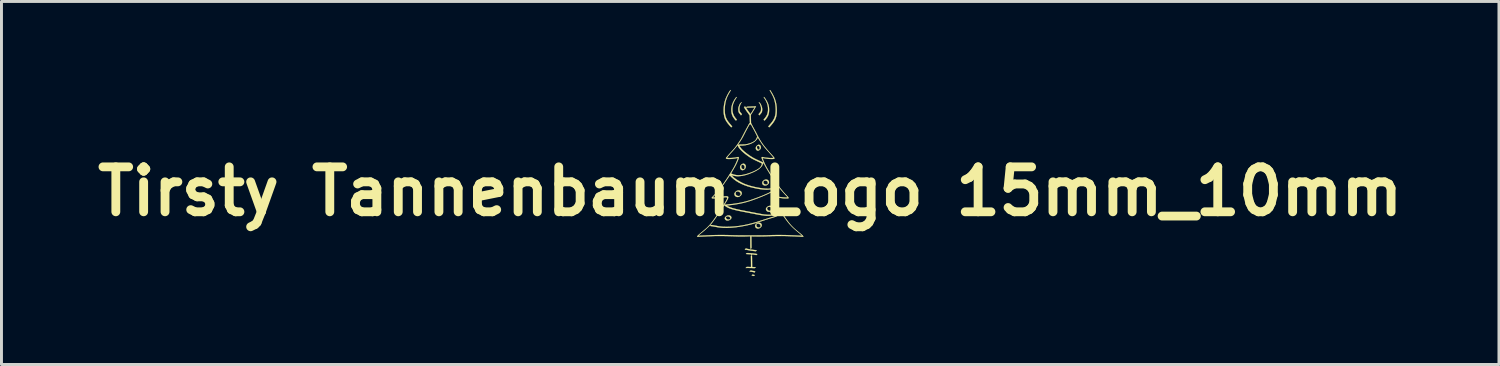
<source format=kicad_pcb>
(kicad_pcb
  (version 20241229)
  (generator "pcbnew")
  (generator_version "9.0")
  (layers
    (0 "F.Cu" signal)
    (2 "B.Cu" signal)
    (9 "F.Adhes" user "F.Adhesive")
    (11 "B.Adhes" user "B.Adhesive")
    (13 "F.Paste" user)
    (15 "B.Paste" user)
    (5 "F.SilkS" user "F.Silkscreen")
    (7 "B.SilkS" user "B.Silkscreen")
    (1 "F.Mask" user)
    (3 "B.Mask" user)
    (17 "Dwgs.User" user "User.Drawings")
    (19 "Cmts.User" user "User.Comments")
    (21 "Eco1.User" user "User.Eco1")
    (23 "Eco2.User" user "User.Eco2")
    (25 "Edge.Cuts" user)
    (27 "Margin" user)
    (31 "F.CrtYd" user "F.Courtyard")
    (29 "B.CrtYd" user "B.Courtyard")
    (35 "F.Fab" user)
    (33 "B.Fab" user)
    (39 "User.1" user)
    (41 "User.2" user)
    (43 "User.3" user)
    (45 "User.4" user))
  (footprint "Tirsty Tannenbaum Logo 15mm_10mm"
    (layer "F.Cu")
    (at 22.396 3.444)
    (property "Reference" "Tirsty Tannenbaum Logo 15mm_10mm" (at 0 0 0) (layer "F.SilkS") (effects (font (size 1.524 1.524) (thickness 0.3))))
    (attr through_hole)
    (fp_poly (pts (xy 0.1 2.824) (xy 0.111 2.827) (xy 0.129 2.83) (xy 0.144 2.834) (xy 0.151 2.837) (xy 0.151 2.837) (xy 0.151 2.842) (xy 0.143 2.85) (xy 0.133 2.857) (xy 0.122 2.863) (xy 0.114 2.865) (xy 0.103 2.863) (xy 0.087 2.86) (xy 0.079 2.858) (xy 0.062 2.853) (xy 0.054 2.847) (xy 0.054 2.84) (xy 0.062 2.831) (xy 0.069 2.825) (xy 0.075 2.822) (xy 0.085 2.822) (xy 0.1 2.824)) (stroke (width 0.01) (type solid)) (fill yes) (layer "F.SilkS"))
    (fp_poly (pts (xy 0.039 2.681) (xy 0.038 2.682) (xy 0.042 2.685) (xy 0.054 2.689) (xy 0.074 2.693) (xy 0.102 2.697) (xy 0.127 2.7) (xy 0.15 2.704) (xy 0.163 2.71) (xy 0.167 2.718) (xy 0.162 2.728) (xy 0.155 2.736) (xy 0.143 2.746) (xy 0.135 2.747) (xy 0.131 2.743) (xy 0.125 2.739) (xy 0.111 2.736) (xy 0.09 2.731) (xy 0.064 2.727) (xy 0.034 2.723) (xy 0.007 2.72) (xy -0.012 2.717) (xy -0.021 2.713) (xy -0.02 2.707) (xy -0.011 2.698) (xy -0.006 2.694) (xy 0.004 2.688) (xy 0.017 2.683) (xy 0.028 2.68) (xy 0.037 2.679) (xy 0.039 2.681)) (stroke (width 0.01) (type solid)) (fill yes) (layer "F.SilkS"))
    (fp_poly (pts (xy 0.057 2.168) (xy 0.058 2.174) (xy 0.059 2.188) (xy 0.059 2.211) (xy 0.06 2.241) (xy 0.061 2.276) (xy 0.061 2.316) (xy 0.062 2.359) (xy 0.062 2.369) (xy 0.064 2.565) (xy 0.112 2.566) (xy 0.134 2.566) (xy 0.154 2.568) (xy 0.169 2.569) (xy 0.172 2.57) (xy 0.185 2.573) (xy 0.17 2.587) (xy 0.153 2.598) (xy 0.14 2.6) (xy 0.13 2.6) (xy 0.112 2.599) (xy 0.087 2.598) (xy 0.059 2.597) (xy 0.028 2.596) (xy -0.006 2.595) (xy -0.04 2.594) (xy -0.071 2.594) (xy -0.097 2.594) (xy -0.112 2.594) (xy -0.155 2.597) (xy -0.116 2.559) (xy -0.044 2.561) (xy 0.028 2.563) (xy 0.026 2.374) (xy 0.024 2.186) (xy 0.04 2.175) (xy 0.05 2.169) (xy 0.057 2.167) (xy 0.057 2.168)) (stroke (width 0.01) (type solid)) (fill yes) (layer "F.SilkS"))
    (fp_poly (pts (xy -0.129 1.936) (xy -0.129 1.939) (xy -0.128 1.944) (xy -0.119 1.946) (xy -0.114 1.946) (xy -0.102 1.947) (xy -0.083 1.95) (xy -0.059 1.954) (xy -0.039 1.958) (xy 0.000353 1.966) (xy 0.038 1.973) (xy 0.077 1.978) (xy 0.12 1.984) (xy 0.147 1.987) (xy 0.176 1.99) (xy 0.196 1.992) (xy 0.208 1.995) (xy 0.214 1.998) (xy 0.214 2.001) (xy 0.21 2.007) (xy 0.205 2.012) (xy 0.195 2.021) (xy 0.187 2.026) (xy 0.186 2.026) (xy 0.179 2.026) (xy 0.164 2.024) (xy 0.143 2.021) (xy 0.117 2.018) (xy 0.101 2.017) (xy 0.065 2.012) (xy 0.036 2.009) (xy 0.01 2.005) (xy -0.016 2) (xy -0.044 1.994) (xy -0.079 1.987) (xy -0.081 1.987) (xy -0.105 1.982) (xy -0.129 1.978) (xy -0.148 1.976) (xy -0.153 1.976) (xy -0.172 1.975) (xy -0.18 1.97) (xy -0.179 1.962) (xy -0.168 1.951) (xy -0.168 1.95) (xy -0.155 1.941) (xy -0.143 1.935) (xy -0.133 1.933) (xy -0.129 1.936)) (stroke (width 0.01) (type solid)) (fill yes) (layer "F.SilkS"))
    (fp_poly (pts (xy -0.457 -3.203) (xy -0.46 -3.198) (xy -0.467 -3.187) (xy -0.477 -3.17) (xy -0.485 -3.158) (xy -0.521 -3.1) (xy -0.549 -3.046) (xy -0.571 -2.994) (xy -0.587 -2.943) (xy -0.598 -2.889) (xy -0.604 -2.843) (xy -0.607 -2.771) (xy -0.6 -2.703) (xy -0.584 -2.639) (xy -0.559 -2.578) (xy -0.524 -2.519) (xy -0.483 -2.467) (xy -0.471 -2.453) (xy -0.462 -2.441) (xy -0.457 -2.434) (xy -0.457 -2.434) (xy -0.461 -2.427) (xy -0.469 -2.419) (xy -0.479 -2.411) (xy -0.486 -2.408) (xy -0.491 -2.412) (xy -0.502 -2.422) (xy -0.515 -2.437) (xy -0.527 -2.451) (xy -0.563 -2.5) (xy -0.592 -2.546) (xy -0.613 -2.593) (xy -0.628 -2.643) (xy -0.637 -2.696) (xy -0.64 -2.719) (xy -0.641 -2.794) (xy -0.633 -2.869) (xy -0.615 -2.943) (xy -0.587 -3.016) (xy -0.582 -3.026) (xy -0.566 -3.057) (xy -0.548 -3.089) (xy -0.53 -3.12) (xy -0.511 -3.148) (xy -0.495 -3.171) (xy -0.481 -3.187) (xy -0.473 -3.194) (xy -0.463 -3.201) (xy -0.458 -3.204) (xy -0.457 -3.203)) (stroke (width 0.01) (type solid)) (fill yes) (layer "F.SilkS"))
    (fp_poly (pts (xy 0.574 -0.398) (xy 0.592 -0.389) (xy 0.614 -0.37) (xy 0.629 -0.346) (xy 0.636 -0.321) (xy 0.635 -0.295) (xy 0.625 -0.272) (xy 0.612 -0.256) (xy 0.593 -0.238) (xy 0.572 -0.221) (xy 0.556 -0.212) (xy 0.534 -0.204) (xy 0.508 -0.201) (xy 0.486 -0.203) (xy 0.485 -0.203) (xy 0.455 -0.215) (xy 0.431 -0.232) (xy 0.415 -0.255) (xy 0.408 -0.282) (xy 0.409 -0.308) (xy 0.415 -0.324) (xy 0.417 -0.326) (xy 0.443 -0.326) (xy 0.444 -0.304) (xy 0.452 -0.281) (xy 0.453 -0.277) (xy 0.47 -0.257) (xy 0.494 -0.243) (xy 0.521 -0.235) (xy 0.55 -0.234) (xy 0.573 -0.239) (xy 0.588 -0.249) (xy 0.597 -0.267) (xy 0.599 -0.29) (xy 0.595 -0.317) (xy 0.582 -0.339) (xy 0.562 -0.356) (xy 0.537 -0.367) (xy 0.507 -0.371) (xy 0.48 -0.369) (xy 0.462 -0.361) (xy 0.45 -0.346) (xy 0.443 -0.326) (xy 0.417 -0.326) (xy 0.429 -0.343) (xy 0.447 -0.363) (xy 0.468 -0.38) (xy 0.482 -0.39) (xy 0.511 -0.402) (xy 0.543 -0.404) (xy 0.574 -0.398)) (stroke (width 0.01) (type solid)) (fill yes) (layer "F.SilkS"))
    (fp_poly (pts (xy -0.212 -0.94) (xy -0.19 -0.927) (xy -0.18 -0.918) (xy -0.161 -0.892) (xy -0.151 -0.864) (xy -0.151 -0.834) (xy -0.158 -0.805) (xy -0.174 -0.776) (xy -0.199 -0.75) (xy -0.2 -0.75) (xy -0.226 -0.732) (xy -0.25 -0.723) (xy -0.273 -0.723) (xy -0.295 -0.731) (xy -0.316 -0.747) (xy -0.332 -0.77) (xy -0.341 -0.798) (xy -0.344 -0.826) (xy -0.343 -0.835) (xy -0.343 -0.837) (xy -0.307 -0.837) (xy -0.302 -0.809) (xy -0.288 -0.784) (xy -0.269 -0.766) (xy -0.257 -0.759) (xy -0.236 -0.753) (xy -0.22 -0.755) (xy -0.205 -0.764) (xy -0.197 -0.772) (xy -0.193 -0.781) (xy -0.19 -0.794) (xy -0.189 -0.811) (xy -0.188 -0.833) (xy -0.19 -0.849) (xy -0.196 -0.863) (xy -0.198 -0.868) (xy -0.214 -0.89) (xy -0.236 -0.904) (xy -0.261 -0.909) (xy -0.262 -0.909) (xy -0.279 -0.907) (xy -0.292 -0.899) (xy -0.3 -0.884) (xy -0.305 -0.866) (xy -0.307 -0.837) (xy -0.343 -0.837) (xy -0.333 -0.866) (xy -0.315 -0.894) (xy -0.289 -0.919) (xy -0.258 -0.937) (xy -0.235 -0.944) (xy -0.212 -0.94)) (stroke (width 0.01) (type solid)) (fill yes) (layer "F.SilkS"))
    (fp_poly (pts (xy 0.324 1.061) (xy 0.35 1.073) (xy 0.371 1.092) (xy 0.385 1.116) (xy 0.39 1.137) (xy 0.39 1.159) (xy 0.383 1.179) (xy 0.369 1.2) (xy 0.354 1.215) (xy 0.327 1.236) (xy 0.299 1.251) (xy 0.27 1.258) (xy 0.244 1.257) (xy 0.239 1.255) (xy 0.208 1.241) (xy 0.186 1.223) (xy 0.172 1.199) (xy 0.168 1.172) (xy 0.169 1.152) (xy 0.174 1.138) (xy 0.204 1.138) (xy 0.204 1.151) (xy 0.211 1.179) (xy 0.226 1.2) (xy 0.248 1.215) (xy 0.277 1.223) (xy 0.296 1.224) (xy 0.315 1.223) (xy 0.328 1.219) (xy 0.338 1.213) (xy 0.348 1.2) (xy 0.354 1.181) (xy 0.354 1.178) (xy 0.353 1.151) (xy 0.342 1.127) (xy 0.322 1.108) (xy 0.308 1.1) (xy 0.28 1.089) (xy 0.254 1.088) (xy 0.231 1.094) (xy 0.216 1.104) (xy 0.207 1.118) (xy 0.204 1.138) (xy 0.174 1.138) (xy 0.175 1.134) (xy 0.187 1.117) (xy 0.205 1.098) (xy 0.208 1.096) (xy 0.232 1.075) (xy 0.255 1.063) (xy 0.279 1.057) (xy 0.293 1.057) (xy 0.324 1.061)) (stroke (width 0.01) (type solid)) (fill yes) (layer "F.SilkS"))
    (fp_poly (pts (xy -0.361 -0.028) (xy -0.333 -0.016) (xy -0.312 0.002) (xy -0.308 0.006) (xy -0.292 0.034) (xy -0.287 0.062) (xy -0.291 0.089) (xy -0.306 0.117) (xy -0.321 0.135) (xy -0.351 0.161) (xy -0.383 0.179) (xy -0.415 0.188) (xy -0.448 0.187) (xy -0.472 0.18) (xy -0.499 0.163) (xy -0.519 0.141) (xy -0.532 0.115) (xy -0.536 0.086) (xy -0.533 0.067) (xy -0.499 0.067) (xy -0.494 0.095) (xy -0.481 0.118) (xy -0.461 0.137) (xy -0.435 0.15) (xy -0.406 0.156) (xy -0.389 0.156) (xy -0.366 0.152) (xy -0.349 0.145) (xy -0.346 0.143) (xy -0.333 0.128) (xy -0.325 0.107) (xy -0.323 0.083) (xy -0.326 0.069) (xy -0.337 0.045) (xy -0.356 0.024) (xy -0.38 0.008) (xy -0.4 0.001) (xy -0.433 -0.003) (xy -0.459 0.002) (xy -0.479 0.013) (xy -0.493 0.032) (xy -0.499 0.058) (xy -0.499 0.067) (xy -0.533 0.067) (xy -0.533 0.065) (xy -0.525 0.048) (xy -0.511 0.029) (xy -0.493 0.01) (xy -0.473 -0.008) (xy -0.453 -0.021) (xy -0.45 -0.023) (xy -0.421 -0.032) (xy -0.391 -0.033) (xy -0.361 -0.028)) (stroke (width 0.01) (type solid)) (fill yes) (layer "F.SilkS"))
    (fp_poly (pts (xy 0.464 -3.202) (xy 0.474 -3.194) (xy 0.487 -3.179) (xy 0.502 -3.159) (xy 0.519 -3.135) (xy 0.536 -3.108) (xy 0.554 -3.079) (xy 0.57 -3.05) (xy 0.584 -3.022) (xy 0.584 -3.022) (xy 0.604 -2.975) (xy 0.619 -2.933) (xy 0.629 -2.89) (xy 0.636 -2.844) (xy 0.639 -2.795) (xy 0.639 -2.731) (xy 0.634 -2.675) (xy 0.623 -2.623) (xy 0.605 -2.575) (xy 0.581 -2.527) (xy 0.548 -2.479) (xy 0.526 -2.45) (xy 0.511 -2.433) (xy 0.499 -2.419) (xy 0.489 -2.41) (xy 0.486 -2.408) (xy 0.478 -2.411) (xy 0.468 -2.418) (xy 0.459 -2.431) (xy 0.459 -2.441) (xy 0.466 -2.449) (xy 0.476 -2.46) (xy 0.49 -2.476) (xy 0.507 -2.497) (xy 0.523 -2.52) (xy 0.538 -2.541) (xy 0.55 -2.56) (xy 0.551 -2.563) (xy 0.575 -2.611) (xy 0.591 -2.662) (xy 0.601 -2.716) (xy 0.605 -2.777) (xy 0.605 -2.789) (xy 0.602 -2.857) (xy 0.592 -2.922) (xy 0.573 -2.986) (xy 0.547 -3.05) (xy 0.512 -3.115) (xy 0.484 -3.159) (xy 0.473 -3.177) (xy 0.464 -3.191) (xy 0.459 -3.201) (xy 0.458 -3.203) (xy 0.464 -3.202)) (stroke (width 0.01) (type solid)) (fill yes) (layer "F.SilkS"))
    (fp_poly (pts (xy -0.717 0.814) (xy -0.695 0.818) (xy -0.689 0.82) (xy -0.676 0.828) (xy -0.661 0.84) (xy -0.657 0.845) (xy -0.646 0.86) (xy -0.641 0.874) (xy -0.64 0.887) (xy -0.641 0.9) (xy -0.645 0.911) (xy -0.653 0.923) (xy -0.663 0.935) (xy -0.694 0.961) (xy -0.726 0.978) (xy -0.76 0.985) (xy -0.795 0.982) (xy -0.807 0.979) (xy -0.829 0.968) (xy -0.847 0.951) (xy -0.858 0.93) (xy -0.862 0.908) (xy -0.858 0.889) (xy -0.85 0.875) (xy -0.849 0.875) (xy -0.826 0.875) (xy -0.825 0.897) (xy -0.816 0.917) (xy -0.8 0.934) (xy -0.779 0.946) (xy -0.753 0.953) (xy -0.725 0.954) (xy -0.705 0.95) (xy -0.688 0.942) (xy -0.679 0.929) (xy -0.676 0.91) (xy -0.676 0.908) (xy -0.68 0.888) (xy -0.693 0.87) (xy -0.712 0.857) (xy -0.735 0.847) (xy -0.761 0.843) (xy -0.787 0.845) (xy -0.805 0.851) (xy -0.818 0.858) (xy -0.825 0.87) (xy -0.826 0.875) (xy -0.849 0.875) (xy -0.835 0.859) (xy -0.817 0.843) (xy -0.799 0.829) (xy -0.786 0.821) (xy -0.767 0.816) (xy -0.742 0.813) (xy -0.717 0.814)) (stroke (width 0.01) (type solid)) (fill yes) (layer "F.SilkS"))
    (fp_poly (pts (xy 0.31 -1.58) (xy 0.331 -1.568) (xy 0.347 -1.549) (xy 0.348 -1.547) (xy 0.357 -1.525) (xy 0.361 -1.5) (xy 0.36 -1.475) (xy 0.354 -1.454) (xy 0.353 -1.454) (xy 0.342 -1.438) (xy 0.325 -1.42) (xy 0.306 -1.403) (xy 0.287 -1.392) (xy 0.283 -1.39) (xy 0.27 -1.384) (xy 0.261 -1.383) (xy 0.252 -1.385) (xy 0.238 -1.39) (xy 0.236 -1.391) (xy 0.214 -1.406) (xy 0.199 -1.427) (xy 0.191 -1.452) (xy 0.19 -1.479) (xy 0.193 -1.493) (xy 0.225 -1.493) (xy 0.23 -1.468) (xy 0.24 -1.446) (xy 0.256 -1.429) (xy 0.275 -1.419) (xy 0.288 -1.417) (xy 0.305 -1.42) (xy 0.315 -1.425) (xy 0.319 -1.435) (xy 0.322 -1.45) (xy 0.324 -1.465) (xy 0.322 -1.495) (xy 0.313 -1.519) (xy 0.299 -1.537) (xy 0.279 -1.548) (xy 0.262 -1.55) (xy 0.248 -1.55) (xy 0.239 -1.546) (xy 0.234 -1.536) (xy 0.228 -1.519) (xy 0.228 -1.518) (xy 0.225 -1.493) (xy 0.193 -1.493) (xy 0.196 -1.507) (xy 0.21 -1.532) (xy 0.215 -1.538) (xy 0.231 -1.554) (xy 0.25 -1.568) (xy 0.269 -1.579) (xy 0.284 -1.585) (xy 0.289 -1.585) (xy 0.31 -1.58)) (stroke (width 0.01) (type solid)) (fill yes) (layer "F.SilkS"))
    (fp_poly (pts (xy -0.065 2.09) (xy -0.036 2.092) (xy -0.001 2.094) (xy 0.036 2.097) (xy 0.074 2.101) (xy 0.112 2.105) (xy 0.148 2.11) (xy 0.18 2.114) (xy 0.206 2.118) (xy 0.224 2.122) (xy 0.225 2.122) (xy 0.239 2.126) (xy 0.224 2.141) (xy 0.208 2.156) (xy 0.161 2.147) (xy 0.129 2.142) (xy 0.106 2.138) (xy 0.089 2.136) (xy 0.078 2.135) (xy 0.07 2.136) (xy 0.064 2.138) (xy 0.059 2.142) (xy 0.057 2.145) (xy 0.048 2.152) (xy 0.047 2.153) (xy 0.051 2.147) (xy 0.053 2.145) (xy 0.058 2.137) (xy 0.057 2.134) (xy 0.057 2.134) (xy 0.049 2.137) (xy 0.048 2.139) (xy 0.042 2.145) (xy 0.034 2.15) (xy 0.026 2.153) (xy 0.027 2.151) (xy 0.032 2.145) (xy 0.038 2.137) (xy 0.037 2.134) (xy 0.033 2.132) (xy 0.025 2.131) (xy 0.009 2.129) (xy -0.013 2.128) (xy -0.04 2.126) (xy -0.061 2.125) (xy -0.093 2.124) (xy -0.117 2.122) (xy -0.132 2.121) (xy -0.141 2.119) (xy -0.144 2.116) (xy -0.144 2.115) (xy -0.136 2.106) (xy -0.123 2.097) (xy -0.108 2.091) (xy -0.102 2.09) (xy -0.088 2.089) (xy -0.065 2.09)) (stroke (width 0.01) (type solid)) (fill yes) (layer "F.SilkS"))
    (fp_poly (pts (xy 0.294 -3.024) (xy 0.304 -3.017) (xy 0.317 -3.007) (xy 0.333 -2.991) (xy 0.346 -2.975) (xy 0.358 -2.955) (xy 0.369 -2.929) (xy 0.381 -2.897) (xy 0.384 -2.888) (xy 0.393 -2.862) (xy 0.399 -2.842) (xy 0.402 -2.824) (xy 0.403 -2.804) (xy 0.404 -2.781) (xy 0.403 -2.745) (xy 0.399 -2.715) (xy 0.391 -2.691) (xy 0.378 -2.668) (xy 0.359 -2.644) (xy 0.353 -2.637) (xy 0.339 -2.62) (xy 0.328 -2.606) (xy 0.321 -2.596) (xy 0.32 -2.593) (xy 0.318 -2.586) (xy 0.311 -2.589) (xy 0.299 -2.599) (xy 0.298 -2.6) (xy 0.289 -2.61) (xy 0.285 -2.619) (xy 0.284 -2.62) (xy 0.288 -2.626) (xy 0.296 -2.637) (xy 0.309 -2.652) (xy 0.317 -2.662) (xy 0.338 -2.686) (xy 0.352 -2.709) (xy 0.361 -2.732) (xy 0.366 -2.758) (xy 0.368 -2.791) (xy 0.368 -2.804) (xy 0.368 -2.829) (xy 0.366 -2.848) (xy 0.363 -2.866) (xy 0.358 -2.885) (xy 0.35 -2.91) (xy 0.348 -2.913) (xy 0.339 -2.941) (xy 0.331 -2.961) (xy 0.325 -2.976) (xy 0.32 -2.986) (xy 0.314 -2.995) (xy 0.306 -3.003) (xy 0.303 -3.006) (xy 0.293 -3.018) (xy 0.29 -3.024) (xy 0.294 -3.024)) (stroke (width 0.01) (type solid)) (fill yes) (layer "F.SilkS"))
    (fp_poly (pts (xy 0.705 0.49) (xy 0.725 0.496) (xy 0.751 0.511) (xy 0.771 0.53) (xy 0.783 0.553) (xy 0.787 0.578) (xy 0.783 0.602) (xy 0.78 0.609) (xy 0.77 0.623) (xy 0.754 0.641) (xy 0.734 0.658) (xy 0.715 0.672) (xy 0.7 0.681) (xy 0.677 0.688) (xy 0.65 0.69) (xy 0.622 0.689) (xy 0.599 0.685) (xy 0.594 0.683) (xy 0.568 0.667) (xy 0.549 0.646) (xy 0.537 0.622) (xy 0.533 0.595) (xy 0.538 0.575) (xy 0.569 0.575) (xy 0.574 0.601) (xy 0.587 0.623) (xy 0.606 0.641) (xy 0.631 0.653) (xy 0.661 0.66) (xy 0.692 0.659) (xy 0.712 0.655) (xy 0.732 0.646) (xy 0.744 0.631) (xy 0.75 0.61) (xy 0.75 0.606) (xy 0.751 0.588) (xy 0.746 0.573) (xy 0.741 0.564) (xy 0.725 0.547) (xy 0.702 0.533) (xy 0.677 0.522) (xy 0.652 0.518) (xy 0.651 0.518) (xy 0.618 0.521) (xy 0.594 0.53) (xy 0.578 0.545) (xy 0.57 0.565) (xy 0.569 0.575) (xy 0.538 0.575) (xy 0.538 0.572) (xy 0.547 0.557) (xy 0.562 0.541) (xy 0.581 0.524) (xy 0.601 0.509) (xy 0.617 0.5) (xy 0.644 0.491) (xy 0.675 0.488) (xy 0.705 0.49)) (stroke (width 0.01) (type solid)) (fill yes) (layer "F.SilkS"))
    (fp_poly (pts (xy -0.291 -3.021) (xy -0.299 -3.011) (xy -0.303 -3.006) (xy -0.311 -2.997) (xy -0.318 -2.989) (xy -0.323 -2.979) (xy -0.329 -2.967) (xy -0.336 -2.949) (xy -0.345 -2.924) (xy -0.349 -2.913) (xy -0.357 -2.888) (xy -0.363 -2.868) (xy -0.366 -2.85) (xy -0.368 -2.832) (xy -0.368 -2.808) (xy -0.368 -2.804) (xy -0.367 -2.769) (xy -0.363 -2.74) (xy -0.356 -2.716) (xy -0.343 -2.694) (xy -0.325 -2.67) (xy -0.317 -2.661) (xy -0.303 -2.645) (xy -0.292 -2.631) (xy -0.286 -2.621) (xy -0.284 -2.619) (xy -0.288 -2.612) (xy -0.296 -2.602) (xy -0.306 -2.593) (xy -0.314 -2.587) (xy -0.317 -2.586) (xy -0.32 -2.59) (xy -0.32 -2.593) (xy -0.323 -2.599) (xy -0.332 -2.611) (xy -0.344 -2.627) (xy -0.353 -2.636) (xy -0.373 -2.66) (xy -0.387 -2.682) (xy -0.396 -2.704) (xy -0.401 -2.73) (xy -0.403 -2.762) (xy -0.404 -2.781) (xy -0.403 -2.808) (xy -0.402 -2.829) (xy -0.399 -2.846) (xy -0.393 -2.865) (xy -0.388 -2.88) (xy -0.375 -2.914) (xy -0.365 -2.939) (xy -0.356 -2.959) (xy -0.347 -2.974) (xy -0.337 -2.987) (xy -0.325 -2.999) (xy -0.321 -3.003) (xy -0.306 -3.015) (xy -0.296 -3.023) (xy -0.29 -3.025) (xy -0.291 -3.021)) (stroke (width 0.01) (type solid)) (fill yes) (layer "F.SilkS"))
    (fp_poly (pts (xy -0.663 -3.438) (xy -0.664 -3.433) (xy -0.67 -3.42) (xy -0.679 -3.402) (xy -0.691 -3.38) (xy -0.703 -3.36) (xy -0.726 -3.318) (xy -0.745 -3.284) (xy -0.76 -3.254) (xy -0.773 -3.227) (xy -0.784 -3.202) (xy -0.794 -3.177) (xy -0.799 -3.164) (xy -0.827 -3.079) (xy -0.847 -2.992) (xy -0.859 -2.901) (xy -0.865 -2.803) (xy -0.865 -2.774) (xy -0.863 -2.7) (xy -0.857 -2.634) (xy -0.847 -2.574) (xy -0.83 -2.518) (xy -0.808 -2.465) (xy -0.779 -2.412) (xy -0.742 -2.359) (xy -0.697 -2.303) (xy -0.683 -2.287) (xy -0.665 -2.266) (xy -0.649 -2.246) (xy -0.635 -2.23) (xy -0.626 -2.22) (xy -0.625 -2.218) (xy -0.613 -2.203) (xy -0.627 -2.191) (xy -0.637 -2.183) (xy -0.644 -2.179) (xy -0.645 -2.179) (xy -0.65 -2.183) (xy -0.659 -2.193) (xy -0.673 -2.208) (xy -0.69 -2.226) (xy -0.694 -2.231) (xy -0.736 -2.28) (xy -0.77 -2.323) (xy -0.798 -2.362) (xy -0.821 -2.399) (xy -0.84 -2.434) (xy -0.856 -2.468) (xy -0.859 -2.475) (xy -0.879 -2.539) (xy -0.892 -2.608) (xy -0.9 -2.683) (xy -0.902 -2.762) (xy -0.898 -2.842) (xy -0.889 -2.923) (xy -0.874 -3.004) (xy -0.854 -3.082) (xy -0.829 -3.156) (xy -0.799 -3.222) (xy -0.777 -3.267) (xy -0.755 -3.308) (xy -0.734 -3.344) (xy -0.715 -3.376) (xy -0.698 -3.402) (xy -0.683 -3.422) (xy -0.672 -3.434) (xy -0.665 -3.439) (xy -0.663 -3.438)) (stroke (width 0.01) (type solid)) (fill yes) (layer "F.SilkS"))
    (fp_poly (pts (xy 0.668 -3.437) (xy 0.678 -3.429) (xy 0.69 -3.413) (xy 0.705 -3.391) (xy 0.722 -3.364) (xy 0.74 -3.334) (xy 0.759 -3.301) (xy 0.777 -3.266) (xy 0.795 -3.23) (xy 0.811 -3.195) (xy 0.826 -3.162) (xy 0.836 -3.137) (xy 0.863 -3.051) (xy 0.883 -2.962) (xy 0.895 -2.868) (xy 0.9 -2.768) (xy 0.9 -2.751) (xy 0.899 -2.681) (xy 0.894 -2.619) (xy 0.884 -2.562) (xy 0.87 -2.508) (xy 0.851 -2.457) (xy 0.825 -2.407) (xy 0.793 -2.355) (xy 0.754 -2.302) (xy 0.707 -2.245) (xy 0.696 -2.232) (xy 0.678 -2.213) (xy 0.664 -2.197) (xy 0.652 -2.185) (xy 0.646 -2.18) (xy 0.645 -2.179) (xy 0.639 -2.182) (xy 0.629 -2.189) (xy 0.628 -2.19) (xy 0.619 -2.198) (xy 0.615 -2.204) (xy 0.615 -2.204) (xy 0.618 -2.209) (xy 0.627 -2.22) (xy 0.64 -2.235) (xy 0.656 -2.254) (xy 0.663 -2.263) (xy 0.709 -2.317) (xy 0.747 -2.366) (xy 0.778 -2.412) (xy 0.803 -2.457) (xy 0.824 -2.501) (xy 0.839 -2.547) (xy 0.851 -2.596) (xy 0.859 -2.65) (xy 0.864 -2.695) (xy 0.867 -2.766) (xy 0.864 -2.842) (xy 0.857 -2.92) (xy 0.844 -2.998) (xy 0.828 -3.073) (xy 0.807 -3.143) (xy 0.795 -3.175) (xy 0.776 -3.219) (xy 0.751 -3.27) (xy 0.72 -3.329) (xy 0.69 -3.382) (xy 0.678 -3.403) (xy 0.669 -3.42) (xy 0.664 -3.433) (xy 0.663 -3.438) (xy 0.663 -3.438) (xy 0.668 -3.437)) (stroke (width 0.01) (type solid)) (fill yes) (layer "F.SilkS"))
    (fp_poly (pts (xy 0.188 -2.885) (xy 0.194 -2.884) (xy 0.196 -2.881) (xy 0.194 -2.878) (xy 0.193 -2.876) (xy 0.187 -2.867) (xy 0.183 -2.865) (xy 0.178 -2.861) (xy 0.178 -2.86) (xy 0.175 -2.854) (xy 0.168 -2.841) (xy 0.157 -2.823) (xy 0.143 -2.799) (xy 0.128 -2.773) (xy 0.111 -2.745) (xy 0.093 -2.717) (xy 0.076 -2.69) (xy 0.061 -2.665) (xy 0.047 -2.644) (xy 0.037 -2.628) (xy 0.031 -2.619) (xy 0.03 -2.618) (xy 0.026 -2.614) (xy 0.023 -2.61) (xy 0.021 -2.604) (xy 0.02 -2.597) (xy 0.019 -2.585) (xy 0.019 -2.568) (xy 0.019 -2.546) (xy 0.02 -2.517) (xy 0.021 -2.479) (xy 0.022 -2.451) (xy 0.026 -2.319) (xy 0.055 -2.263) (xy 0.067 -2.239) (xy 0.083 -2.209) (xy 0.101 -2.176) (xy 0.118 -2.144) (xy 0.127 -2.129) (xy 0.142 -2.101) (xy 0.16 -2.067) (xy 0.181 -2.029) (xy 0.202 -1.989) (xy 0.222 -1.949) (xy 0.234 -1.926) (xy 0.278 -1.842) (xy 0.322 -1.764) (xy 0.367 -1.69) (xy 0.415 -1.618) (xy 0.467 -1.548) (xy 0.524 -1.476) (xy 0.586 -1.402) (xy 0.65 -1.33) (xy 0.694 -1.282) (xy 0.731 -1.241) (xy 0.762 -1.206) (xy 0.786 -1.178) (xy 0.804 -1.156) (xy 0.816 -1.14) (xy 0.822 -1.13) (xy 0.823 -1.126) (xy 0.819 -1.118) (xy 0.809 -1.111) (xy 0.808 -1.11) (xy 0.793 -1.106) (xy 0.77 -1.103) (xy 0.74 -1.102) (xy 0.705 -1.102) (xy 0.666 -1.104) (xy 0.625 -1.106) (xy 0.584 -1.11) (xy 0.544 -1.116) (xy 0.507 -1.122) (xy 0.486 -1.126) (xy 0.46 -1.131) (xy 0.443 -1.134) (xy 0.432 -1.134) (xy 0.426 -1.131) (xy 0.423 -1.126) (xy 0.423 -1.124) (xy 0.424 -1.113) (xy 0.429 -1.095) (xy 0.438 -1.071) (xy 0.449 -1.041) (xy 0.463 -1.008) (xy 0.478 -0.972) (xy 0.495 -0.935) (xy 0.511 -0.902) (xy 0.532 -0.86) (xy 0.559 -0.811) (xy 0.59 -0.756) (xy 0.625 -0.697) (xy 0.663 -0.634) (xy 0.704 -0.569) (xy 0.746 -0.503) (xy 0.789 -0.437) (xy 0.83 -0.376) (xy 0.88 -0.303) (xy 0.926 -0.237) (xy 0.969 -0.178) (xy 1.009 -0.124) (xy 1.048 -0.074) (xy 1.087 -0.026) (xy 1.126 0.02) (xy 1.167 0.066) (xy 1.211 0.113) (xy 1.251 0.155) (xy 1.275 0.181) (xy 1.291 0.2) (xy 1.3 0.214) (xy 1.3 0.224) (xy 1.292 0.231) (xy 1.275 0.234) (xy 1.249 0.235) (xy 1.213 0.235) (xy 1.209 0.235) (xy 1.177 0.235) (xy 1.146 0.233) (xy 1.114 0.23) (xy 1.079 0.226) (xy 1.039 0.221) (xy 0.993 0.214) (xy 0.953 0.208) (xy 0.908 0.201) (xy 0.873 0.196) (xy 0.845 0.194) (xy 0.824 0.194) (xy 0.808 0.195) (xy 0.797 0.199) (xy 0.793 0.201) (xy 0.786 0.208) (xy 0.783 0.217) (xy 0.783 0.231) (xy 0.783 0.233) (xy 0.787 0.25) (xy 0.795 0.272) (xy 0.804 0.293) (xy 0.815 0.314) (xy 0.832 0.343) (xy 0.854 0.379) (xy 0.879 0.42) (xy 0.908 0.467) (xy 0.941 0.518) (xy 0.976 0.572) (xy 1.013 0.629) (xy 1.051 0.688) (xy 1.086 0.74) (xy 1.136 0.814) (xy 1.181 0.88) (xy 1.222 0.94) (xy 1.26 0.992) (xy 1.295 1.039) (xy 1.329 1.081) (xy 1.36 1.12) (xy 1.391 1.155) (xy 1.422 1.187) (xy 1.441 1.207) (xy 1.456 1.221) (xy 1.47 1.235) (xy 1.486 1.25) (xy 1.505 1.266) (xy 1.526 1.285) (xy 1.551 1.306) (xy 1.581 1.331) (xy 1.617 1.361) (xy 1.659 1.396) (xy 1.679 1.412) (xy 1.715 1.442) (xy 1.745 1.468) (xy 1.769 1.491) (xy 1.787 1.509) (xy 1.798 1.522) (xy 1.802 1.53) (xy 1.802 1.531) (xy 1.796 1.534) (xy 1.782 1.536) (xy 1.77 1.535) (xy 1.757 1.535) (xy 1.736 1.534) (xy 1.707 1.532) (xy 1.674 1.531) (xy 1.636 1.529) (xy 1.597 1.527) (xy 1.593 1.527) (xy 1.506 1.522) (xy 1.429 1.519) (xy 1.358 1.516) (xy 1.294 1.514) (xy 1.233 1.512) (xy 1.176 1.511) (xy 1.119 1.51) (xy 1.063 1.509) (xy 1.005 1.51) (xy 0.943 1.51) (xy 0.914 1.51) (xy 0.862 1.511) (xy 0.809 1.512) (xy 0.757 1.513) (xy 0.708 1.514) (xy 0.663 1.516) (xy 0.624 1.517) (xy 0.593 1.518) (xy 0.582 1.519) (xy 0.502 1.522) (xy 0.416 1.524) (xy 0.327 1.525) (xy 0.238 1.525) (xy 0.153 1.524) (xy 0.145 1.524) (xy 0.038 1.521) (xy 0.042 1.918) (xy 0.03 1.928) (xy 0.023 1.934) (xy 0.018 1.938) (xy 0.014 1.94) (xy 0.011 1.938) (xy 0.008 1.932) (xy 0.007 1.921) (xy 0.006 1.903) (xy 0.005 1.879) (xy 0.004 1.847) (xy 0.004 1.806) (xy 0.004 1.769) (xy 0.004 1.726) (xy 0.003 1.684) (xy 0.003 1.645) (xy 0.003 1.611) (xy 0.003 1.583) (xy 0.003 1.562) (xy 0.003 1.553) (xy 0.002 1.533) (xy 0.001 1.521) (xy -0.002 1.516) (xy -0.004 1.516) (xy -0.011 1.517) (xy -0.026 1.518) (xy -0.049 1.519) (xy -0.078 1.521) (xy -0.112 1.522) (xy -0.15 1.524) (xy -0.162 1.524) (xy -0.21 1.526) (xy -0.253 1.527) (xy -0.295 1.527) (xy -0.336 1.527) (xy -0.378 1.526) (xy -0.423 1.525) (xy -0.474 1.523) (xy -0.531 1.521) (xy -0.582 1.518) (xy -0.609 1.517) (xy -0.645 1.516) (xy -0.687 1.515) (xy -0.735 1.514) (xy -0.786 1.513) (xy -0.839 1.512) (xy -0.891 1.511) (xy -0.914 1.51) (xy -0.978 1.51) (xy -1.037 1.509) (xy -1.094 1.51) (xy -1.151 1.51) (xy -1.207 1.511) (xy -1.266 1.513) (xy -1.329 1.515) (xy -1.397 1.517) (xy -1.471 1.521) (xy -1.553 1.525) (xy -1.593 1.527) (xy -1.632 1.529) (xy -1.669 1.53) (xy -1.704 1.532) (xy -1.733 1.534) (xy -1.755 1.535) (xy -1.769 1.535) (xy -1.77 1.535) (xy -1.789 1.535) (xy -1.8 1.533) (xy -1.802 1.531) (xy -1.799 1.524) (xy -1.789 1.511) (xy -1.785 1.507) (xy -1.766 1.507) (xy -1.764 1.507) (xy -1.757 1.505) (xy -1.742 1.504) (xy -1.722 1.502) (xy -1.697 1.501) (xy -1.696 1.501) (xy -1.669 1.5) (xy -1.636 1.498) (xy -1.599 1.496) (xy -1.561 1.495) (xy -1.537 1.493) (xy -1.399 1.487) (xy -1.27 1.482) (xy -1.149 1.479) (xy -1.034 1.477) (xy -0.924 1.477) (xy -0.817 1.479) (xy -0.713 1.481) (xy -0.65 1.484) (xy -0.608 1.486) (xy -0.557 1.487) (xy -0.502 1.488) (xy -0.444 1.489) (xy -0.385 1.49) (xy -0.329 1.491) (xy -0.29 1.491) (xy -0.241 1.491) (xy -0.191 1.49) (xy -0.144 1.49) (xy -0.099 1.49) (xy -0.059 1.49) (xy -0.026 1.49) (xy -0.001 1.49) (xy 0 1.49) (xy 0.024 1.49) (xy 0.057 1.49) (xy 0.097 1.49) (xy 0.141 1.49) (xy 0.189 1.49) (xy 0.238 1.491) (xy 0.287 1.491) (xy 0.29 1.491) (xy 0.343 1.491) (xy 0.4 1.49) (xy 0.459 1.489) (xy 0.516 1.488) (xy 0.571 1.487) (xy 0.619 1.485) (xy 0.65 1.484) (xy 0.754 1.48) (xy 0.86 1.478) (xy 0.968 1.477) (xy 1.081 1.478) (xy 1.2 1.48) (xy 1.325 1.484) (xy 1.458 1.49) (xy 1.537 1.493) (xy 1.573 1.495) (xy 1.61 1.497) (xy 1.647 1.499) (xy 1.679 1.5) (xy 1.696 1.501) (xy 1.72 1.502) (xy 1.741 1.504) (xy 1.756 1.505) (xy 1.763 1.506) (xy 1.763 1.507) (xy 1.766 1.505) (xy 1.765 1.501) (xy 1.763 1.499) (xy 1.761 1.496) (xy 1.756 1.491) (xy 1.748 1.483) (xy 1.737 1.474) (xy 1.722 1.461) (xy 1.702 1.444) (xy 1.678 1.423) (xy 1.647 1.398) (xy 1.61 1.367) (xy 1.565 1.33) (xy 1.56 1.325) (xy 1.49 1.264) (xy 1.423 1.201) (xy 1.36 1.134) (xy 1.297 1.063) (xy 1.236 0.985) (xy 1.174 0.901) (xy 1.111 0.808) (xy 1.095 0.784) (xy 1.055 0.722) (xy 1.021 0.753) (xy 0.997 0.776) (xy 0.972 0.795) (xy 0.946 0.813) (xy 0.918 0.829) (xy 0.887 0.844) (xy 0.851 0.858) (xy 0.809 0.873) (xy 0.759 0.889) (xy 0.701 0.906) (xy 0.689 0.91) (xy 0.659 0.919) (xy 0.62 0.93) (xy 0.576 0.944) (xy 0.529 0.959) (xy 0.48 0.975) (xy 0.431 0.991) (xy 0.394 1.003) (xy 0.316 1.029) (xy 0.247 1.051) (xy 0.184 1.071) (xy 0.125 1.089) (xy 0.069 1.104) (xy 0.015 1.119) (xy -0.04 1.132) (xy -0.097 1.145) (xy -0.157 1.158) (xy -0.206 1.168) (xy -0.358 1.195) (xy -0.505 1.215) (xy -0.646 1.228) (xy -0.781 1.234) (xy -0.879 1.233) (xy -0.933 1.231) (xy -0.983 1.227) (xy -1.031 1.222) (xy -1.081 1.216) (xy -1.135 1.206) (xy -1.177 1.199) (xy -1.209 1.193) (xy -1.243 1.187) (xy -1.275 1.181) (xy -1.301 1.177) (xy -1.307 1.176) (xy -1.329 1.173) (xy -1.346 1.17) (xy -1.357 1.168) (xy -1.36 1.167) (xy -1.358 1.163) (xy -1.35 1.154) (xy -1.345 1.151) (xy -1.339 1.146) (xy -1.332 1.142) (xy -1.324 1.14) (xy -1.312 1.14) (xy -1.297 1.141) (xy -1.275 1.144) (xy -1.247 1.149) (xy -1.21 1.155) (xy -1.204 1.157) (xy -1.147 1.167) (xy -1.098 1.176) (xy -1.056 1.183) (xy -1.019 1.188) (xy -0.986 1.193) (xy -0.954 1.196) (xy -0.924 1.198) (xy -0.892 1.199) (xy -0.858 1.2) (xy -0.819 1.201) (xy -0.787 1.201) (xy -0.651 1.197) (xy -0.513 1.187) (xy -0.373 1.17) (xy -0.23 1.147) (xy -0.082 1.116) (xy 0.069 1.078) (xy 0.227 1.034) (xy 0.378 0.985) (xy 0.428 0.968) (xy 0.482 0.951) (xy 0.536 0.934) (xy 0.589 0.917) (xy 0.639 0.901) (xy 0.683 0.888) (xy 0.715 0.878) (xy 0.779 0.859) (xy 0.833 0.842) (xy 0.879 0.826) (xy 0.917 0.81) (xy 0.948 0.795) (xy 0.974 0.781) (xy 0.994 0.766) (xy 1.006 0.754) (xy 1.013 0.745) (xy 1.014 0.742) (xy 1.009 0.744) (xy 1.001 0.746) (xy 0.985 0.751) (xy 0.963 0.758) (xy 0.939 0.765) (xy 0.933 0.767) (xy 0.88 0.782) (xy 0.832 0.795) (xy 0.787 0.806) (xy 0.744 0.815) (xy 0.702 0.821) (xy 0.66 0.825) (xy 0.617 0.826) (xy 0.573 0.826) (xy 0.525 0.823) (xy 0.473 0.817) (xy 0.417 0.809) (xy 0.354 0.799) (xy 0.284 0.787) (xy 0.205 0.772) (xy 0.155 0.762) (xy 0.108 0.753) (xy 0.055 0.743) (xy -0.002 0.732) (xy -0.06 0.72) (xy -0.115 0.71) (xy -0.163 0.701) (xy -0.258 0.683) (xy -0.345 0.665) (xy -0.422 0.649) (xy -0.491 0.633) (xy -0.553 0.618) (xy -0.608 0.603) (xy -0.656 0.588) (xy -0.699 0.573) (xy -0.737 0.558) (xy -0.771 0.542) (xy -0.8 0.526) (xy -0.827 0.508) (xy -0.851 0.49) (xy -0.859 0.484) (xy -0.87 0.473) (xy -0.8 0.473) (xy -0.787 0.484) (xy -0.771 0.495) (xy -0.747 0.508) (xy -0.718 0.522) (xy -0.686 0.535) (xy -0.654 0.548) (xy -0.632 0.555) (xy -0.594 0.567) (xy -0.552 0.579) (xy -0.506 0.591) (xy -0.455 0.603) (xy -0.399 0.616) (xy -0.335 0.63) (xy -0.264 0.644) (xy -0.185 0.659) (xy -0.127 0.67) (xy -0.077 0.68) (xy -0.02 0.691) (xy 0.04 0.702) (xy 0.101 0.714) (xy 0.158 0.725) (xy 0.205 0.734) (xy 0.272 0.747) (xy 0.33 0.758) (xy 0.381 0.767) (xy 0.425 0.775) (xy 0.464 0.781) (xy 0.499 0.785) (xy 0.531 0.788) (xy 0.562 0.79) (xy 0.592 0.792) (xy 0.623 0.792) (xy 0.623 0.792) (xy 0.666 0.792) (xy 0.701 0.79) (xy 0.733 0.788) (xy 0.765 0.783) (xy 0.77 0.782) (xy 0.797 0.777) (xy 0.828 0.77) (xy 0.861 0.763) (xy 0.895 0.754) (xy 0.928 0.745) (xy 0.96 0.736) (xy 0.989 0.727) (xy 1.012 0.719) (xy 1.03 0.712) (xy 1.04 0.707) (xy 1.041 0.705) (xy 1.039 0.7) (xy 1.031 0.688) (xy 1.02 0.67) (xy 1.005 0.648) (xy 0.989 0.624) (xy 0.968 0.592) (xy 0.944 0.556) (xy 0.919 0.517) (xy 0.893 0.476) (xy 0.867 0.434) (xy 0.842 0.394) (xy 0.819 0.356) (xy 0.798 0.322) (xy 0.782 0.294) (xy 0.77 0.272) (xy 0.769 0.27) (xy 0.755 0.24) (xy 0.748 0.214) (xy 0.746 0.193) (xy 0.751 0.18) (xy 0.761 0.171) (xy 0.778 0.165) (xy 0.802 0.163) (xy 0.834 0.164) (xy 0.875 0.168) (xy 0.919 0.175) (xy 0.99 0.186) (xy 1.052 0.195) (xy 1.109 0.2) (xy 1.16 0.203) (xy 1.189 0.204) (xy 1.222 0.204) (xy 1.245 0.203) (xy 1.259 0.2) (xy 1.264 0.194) (xy 1.261 0.185) (xy 1.25 0.171) (xy 1.232 0.151) (xy 1.223 0.142) (xy 1.176 0.092) (xy 1.126 0.037) (xy 1.077 -0.02) (xy 1.029 -0.076) (xy 0.985 -0.131) (xy 0.947 -0.18) (xy 0.913 -0.227) (xy 0.876 -0.279) (xy 0.837 -0.336) (xy 0.796 -0.397) (xy 0.755 -0.46) (xy 0.713 -0.525) (xy 0.672 -0.589) (xy 0.632 -0.652) (xy 0.595 -0.712) (xy 0.561 -0.769) (xy 0.531 -0.821) (xy 0.506 -0.866) (xy 0.492 -0.892) (xy 0.477 -0.922) (xy 0.461 -0.956) (xy 0.445 -0.991) (xy 0.43 -1.026) (xy 0.416 -1.059) (xy 0.404 -1.09) (xy 0.395 -1.116) (xy 0.389 -1.135) (xy 0.386 -1.148) (xy 0.386 -1.148) (xy 0.389 -1.16) (xy 0.4 -1.166) (xy 0.417 -1.167) (xy 0.441 -1.162) (xy 0.483 -1.152) (xy 0.533 -1.144) (xy 0.591 -1.139) (xy 0.653 -1.135) (xy 0.666 -1.134) (xy 0.707 -1.133) (xy 0.737 -1.134) (xy 0.76 -1.135) (xy 0.775 -1.139) (xy 0.784 -1.143) (xy 0.787 -1.15) (xy 0.787 -1.151) (xy 0.784 -1.158) (xy 0.774 -1.172) (xy 0.758 -1.192) (xy 0.736 -1.217) (xy 0.709 -1.248) (xy 0.678 -1.284) (xy 0.642 -1.323) (xy 0.628 -1.339) (xy 0.575 -1.396) (xy 0.528 -1.451) (xy 0.485 -1.501) (xy 0.449 -1.547) (xy 0.433 -1.568) (xy 0.417 -1.591) (xy 0.397 -1.618) (xy 0.376 -1.649) (xy 0.354 -1.682) (xy 0.333 -1.714) (xy 0.313 -1.744) (xy 0.295 -1.771) (xy 0.282 -1.793) (xy 0.274 -1.805) (xy 0.258 -1.835) (xy 0.242 -1.803) (xy 0.228 -1.779) (xy 0.206 -1.751) (xy 0.18 -1.724) (xy 0.152 -1.698) (xy 0.124 -1.678) (xy 0.062 -1.641) (xy -0.008 -1.611) (xy -0.084 -1.587) (xy -0.163 -1.57) (xy -0.245 -1.56) (xy -0.296 -1.558) (xy -0.327 -1.557) (xy -0.35 -1.556) (xy -0.365 -1.554) (xy -0.371 -1.552) (xy -0.371 -1.552) (xy -0.368 -1.544) (xy -0.359 -1.53) (xy -0.347 -1.511) (xy -0.332 -1.49) (xy -0.315 -1.468) (xy -0.301 -1.451) (xy -0.273 -1.42) (xy -0.237 -1.386) (xy -0.195 -1.349) (xy -0.148 -1.311) (xy -0.097 -1.272) (xy -0.045 -1.234) (xy 0.008 -1.198) (xy 0.061 -1.165) (xy 0.111 -1.135) (xy 0.113 -1.134) (xy 0.142 -1.119) (xy 0.175 -1.102) (xy 0.208 -1.086) (xy 0.228 -1.077) (xy 0.255 -1.064) (xy 0.288 -1.049) (xy 0.322 -1.033) (xy 0.354 -1.018) (xy 0.359 -1.016) (xy 0.384 -1.004) (xy 0.405 -0.995) (xy 0.422 -0.988) (xy 0.431 -0.984) (xy 0.434 -0.984) (xy 0.437 -0.982) (xy 0.442 -0.975) (xy 0.445 -0.965) (xy 0.441 -0.956) (xy 0.44 -0.956) (xy 0.434 -0.946) (xy 0.427 -0.931) (xy 0.423 -0.921) (xy 0.409 -0.889) (xy 0.392 -0.862) (xy 0.37 -0.834) (xy 0.347 -0.81) (xy 0.303 -0.771) (xy 0.248 -0.733) (xy 0.184 -0.695) (xy 0.112 -0.659) (xy 0.031 -0.624) (xy -0.058 -0.59) (xy -0.066 -0.587) (xy -0.162 -0.557) (xy -0.252 -0.536) (xy -0.337 -0.523) (xy -0.417 -0.518) (xy -0.492 -0.522) (xy -0.562 -0.534) (xy -0.602 -0.546) (xy -0.619 -0.551) (xy -0.632 -0.555) (xy -0.639 -0.557) (xy -0.639 -0.556) (xy -0.637 -0.552) (xy -0.629 -0.542) (xy -0.616 -0.528) (xy -0.599 -0.511) (xy -0.58 -0.494) (xy -0.561 -0.476) (xy -0.542 -0.46) (xy -0.482 -0.415) (xy -0.414 -0.37) (xy -0.341 -0.328) (xy -0.266 -0.289) (xy -0.193 -0.255) (xy -0.15 -0.239) (xy -0.081 -0.215) (xy -0.008 -0.192) (xy 0.068 -0.172) (xy 0.146 -0.153) (xy 0.225 -0.136) (xy 0.302 -0.122) (xy 0.378 -0.11) (xy 0.449 -0.101) (xy 0.517 -0.095) (xy 0.578 -0.093) (xy 0.632 -0.093) (xy 0.663 -0.096) (xy 0.702 -0.101) (xy 0.742 -0.109) (xy 0.783 -0.117) (xy 0.821 -0.127) (xy 0.856 -0.137) (xy 0.884 -0.147) (xy 0.906 -0.157) (xy 0.912 -0.161) (xy 0.923 -0.167) (xy 0.929 -0.17) (xy 0.93 -0.17) (xy 0.926 -0.162) (xy 0.918 -0.149) (xy 0.905 -0.133) (xy 0.89 -0.115) (xy 0.875 -0.098) (xy 0.866 -0.089) (xy 0.818 -0.046) (xy 0.763 -0.006) (xy 0.712 0.025) (xy 0.665 0.05) (xy 0.61 0.077) (xy 0.548 0.106) (xy 0.479 0.136) (xy 0.407 0.167) (xy 0.331 0.197) (xy 0.254 0.228) (xy 0.176 0.257) (xy 0.099 0.285) (xy 0.025 0.311) (xy -0.046 0.334) (xy -0.112 0.354) (xy -0.163 0.368) (xy -0.236 0.387) (xy -0.315 0.404) (xy -0.397 0.421) (xy -0.479 0.435) (xy -0.558 0.448) (xy -0.633 0.457) (xy -0.681 0.462) (xy -0.708 0.465) (xy -0.735 0.467) (xy -0.758 0.469) (xy -0.772 0.471) (xy -0.8 0.473) (xy -0.87 0.473) (xy -0.876 0.468) (xy -0.863 0.454) (xy -0.853 0.445) (xy -0.846 0.443) (xy -0.837 0.446) (xy -0.836 0.447) (xy -0.824 0.451) (xy -0.817 0.448) (xy -0.81 0.446) (xy -0.794 0.443) (xy -0.773 0.441) (xy -0.747 0.438) (xy -0.732 0.437) (xy -0.592 0.424) (xy -0.45 0.404) (xy -0.309 0.378) (xy -0.171 0.346) (xy -0.039 0.309) (xy 0.02 0.29) (xy 0.067 0.274) (xy 0.119 0.255) (xy 0.175 0.235) (xy 0.232 0.214) (xy 0.289 0.193) (xy 0.343 0.172) (xy 0.393 0.152) (xy 0.436 0.135) (xy 0.455 0.127) (xy 0.53 0.094) (xy 0.597 0.065) (xy 0.655 0.037) (xy 0.705 0.012) (xy 0.748 -0.012) (xy 0.784 -0.034) (xy 0.813 -0.054) (xy 0.837 -0.074) (xy 0.856 -0.093) (xy 0.867 -0.106) (xy 0.875 -0.116) (xy 0.877 -0.12) (xy 0.872 -0.12) (xy 0.86 -0.117) (xy 0.853 -0.114) (xy 0.77 -0.089) (xy 0.687 -0.072) (xy 0.603 -0.063) (xy 0.581 -0.062) (xy 0.525 -0.062) (xy 0.466 -0.065) (xy 0.403 -0.071) (xy 0.334 -0.08) (xy 0.259 -0.092) (xy 0.176 -0.109) (xy 0.149 -0.115) (xy 0.023 -0.144) (xy -0.094 -0.178) (xy -0.202 -0.217) (xy -0.301 -0.259) (xy -0.393 -0.306) (xy -0.477 -0.358) (xy -0.554 -0.415) (xy -0.624 -0.477) (xy -0.636 -0.488) (xy -0.695 -0.548) (xy -0.709 -0.527) (xy -0.731 -0.493) (xy -0.756 -0.456) (xy -0.784 -0.415) (xy -0.814 -0.372) (xy -0.844 -0.329) (xy -0.874 -0.286) (xy -0.902 -0.245) (xy -0.929 -0.208) (xy -0.954 -0.174) (xy -0.974 -0.147) (xy -0.99 -0.126) (xy -0.992 -0.123) (xy -1.029 -0.078) (xy -1.068 -0.031) (xy -1.109 0.016) (xy -1.149 0.061) (xy -1.187 0.103) (xy -1.221 0.139) (xy -1.224 0.142) (xy -1.241 0.16) (xy -1.255 0.175) (xy -1.265 0.187) (xy -1.27 0.193) (xy -1.27 0.193) (xy -1.267 0.197) (xy -1.259 0.2) (xy -1.244 0.202) (xy -1.221 0.203) (xy -1.189 0.204) (xy -1.186 0.204) (xy -1.14 0.202) (xy -1.089 0.199) (xy -1.033 0.192) (xy -0.97 0.183) (xy -0.919 0.175) (xy -0.87 0.168) (xy -0.83 0.164) (xy -0.799 0.163) (xy -0.776 0.166) (xy -0.759 0.172) (xy -0.751 0.18) (xy -0.747 0.193) (xy -0.748 0.211) (xy -0.752 0.233) (xy -0.759 0.25) (xy -0.767 0.267) (xy -0.781 0.291) (xy -0.799 0.323) (xy -0.822 0.36) (xy -0.848 0.403) (xy -0.878 0.451) (xy -0.911 0.503) (xy -0.947 0.558) (xy -0.984 0.615) (xy -1.023 0.675) (xy -1.041 0.701) (xy -1.095 0.783) (xy -1.146 0.857) (xy -1.192 0.922) (xy -1.234 0.981) (xy -1.273 1.032) (xy -1.309 1.077) (xy -1.336 1.11) (xy -1.368 1.145) (xy -1.405 1.184) (xy -1.447 1.224) (xy -1.491 1.265) (xy -1.535 1.305) (xy -1.575 1.338) (xy -1.621 1.376) (xy -1.66 1.408) (xy -1.692 1.434) (xy -1.717 1.456) (xy -1.736 1.472) (xy -1.75 1.485) (xy -1.759 1.494) (xy -1.763 1.499) (xy -1.763 1.5) (xy -1.766 1.507) (xy -1.785 1.507) (xy -1.77 1.492) (xy -1.744 1.468) (xy -1.71 1.438) (xy -1.669 1.403) (xy -1.631 1.372) (xy -1.578 1.328) (xy -1.533 1.29) (xy -1.493 1.255) (xy -1.457 1.222) (xy -1.425 1.19) (xy -1.395 1.158) (xy -1.365 1.125) (xy -1.335 1.089) (xy -1.304 1.049) (xy -1.269 1.004) (xy -1.267 1.001) (xy -1.245 0.971) (xy -1.219 0.935) (xy -1.19 0.894) (xy -1.159 0.849) (xy -1.126 0.8) (xy -1.092 0.748) (xy -1.057 0.695) (xy -1.021 0.641) (xy -0.986 0.588) (xy -0.953 0.535) (xy -0.921 0.485) (xy -0.891 0.438) (xy -0.864 0.395) (xy -0.841 0.356) (xy -0.822 0.324) (xy -0.807 0.298) (xy -0.8 0.283) (xy -0.787 0.252) (xy -0.782 0.228) (xy -0.785 0.211) (xy -0.794 0.201) (xy -0.803 0.196) (xy -0.817 0.194) (xy -0.837 0.194) (xy -0.862 0.195) (xy -0.895 0.199) (xy -0.937 0.205) (xy -0.953 0.208) (xy -1.005 0.216) (xy -1.049 0.223) (xy -1.087 0.227) (xy -1.12 0.231) (xy -1.151 0.233) (xy -1.182 0.235) (xy -1.213 0.236) (xy -1.214 0.236) (xy -1.249 0.235) (xy -1.274 0.234) (xy -1.291 0.231) (xy -1.301 0.226) (xy -1.305 0.219) (xy -1.306 0.217) (xy -1.302 0.211) (xy -1.293 0.199) (xy -1.279 0.184) (xy -1.261 0.165) (xy -1.251 0.154) (xy -1.22 0.122) (xy -1.184 0.083) (xy -1.146 0.04) (xy -1.107 -0.004) (xy -1.07 -0.048) (xy -1.035 -0.09) (xy -1.028 -0.099) (xy -0.997 -0.139) (xy -0.962 -0.186) (xy -0.924 -0.239) (xy -0.883 -0.298) (xy -0.841 -0.361) (xy -0.797 -0.426) (xy -0.754 -0.492) (xy -0.711 -0.559) (xy -0.707 -0.566) (xy -0.686 -0.566) (xy -0.683 -0.564) (xy -0.677 -0.571) (xy -0.675 -0.573) (xy -0.671 -0.579) (xy -0.673 -0.578) (xy -0.677 -0.575) (xy -0.684 -0.568) (xy -0.686 -0.566) (xy -0.707 -0.566) (xy -0.67 -0.624) (xy -0.631 -0.687) (xy -0.596 -0.746) (xy -0.564 -0.801) (xy -0.545 -0.836) (xy -0.526 -0.871) (xy -0.506 -0.912) (xy -0.486 -0.956) (xy -0.466 -1) (xy -0.449 -1.042) (xy -0.435 -1.078) (xy -0.431 -1.087) (xy -0.424 -1.112) (xy -0.423 -1.128) (xy -0.428 -1.136) (xy -0.438 -1.136) (xy -0.519 -1.12) (xy -0.595 -1.109) (xy -0.67 -1.103) (xy -0.721 -1.102) (xy -0.758 -1.103) (xy -0.786 -1.105) (xy -0.806 -1.109) (xy -0.817 -1.115) (xy -0.823 -1.122) (xy -0.823 -1.126) (xy -0.82 -1.134) (xy -0.811 -1.147) (xy -0.808 -1.151) (xy -0.787 -1.151) (xy -0.785 -1.144) (xy -0.777 -1.139) (xy -0.763 -1.136) (xy -0.742 -1.134) (xy -0.712 -1.133) (xy -0.674 -1.134) (xy -0.666 -1.134) (xy -0.603 -1.138) (xy -0.545 -1.143) (xy -0.493 -1.15) (xy -0.449 -1.16) (xy -0.441 -1.162) (xy -0.416 -1.167) (xy -0.398 -1.166) (xy -0.389 -1.159) (xy -0.386 -1.149) (xy -0.388 -1.139) (xy -0.393 -1.123) (xy -0.401 -1.1) (xy -0.41 -1.075) (xy -0.414 -1.064) (xy -0.433 -1.019) (xy -0.452 -0.976) (xy -0.471 -0.934) (xy -0.492 -0.892) (xy -0.516 -0.848) (xy -0.543 -0.801) (xy -0.573 -0.748) (xy -0.608 -0.69) (xy -0.628 -0.657) (xy -0.644 -0.632) (xy -0.654 -0.614) (xy -0.66 -0.603) (xy -0.662 -0.598) (xy -0.66 -0.596) (xy -0.655 -0.598) (xy -0.647 -0.603) (xy -0.64 -0.603) (xy -0.629 -0.601) (xy -0.614 -0.594) (xy -0.612 -0.593) (xy -0.548 -0.57) (xy -0.479 -0.556) (xy -0.405 -0.55) (xy -0.326 -0.552) (xy -0.287 -0.556) (xy -0.231 -0.566) (xy -0.17 -0.58) (xy -0.106 -0.597) (xy -0.041 -0.618) (xy 0.024 -0.642) (xy 0.088 -0.667) (xy 0.148 -0.694) (xy 0.204 -0.722) (xy 0.253 -0.75) (xy 0.295 -0.777) (xy 0.316 -0.793) (xy 0.343 -0.821) (xy 0.366 -0.854) (xy 0.385 -0.891) (xy 0.391 -0.909) (xy 0.402 -0.942) (xy 0.39 -0.953) (xy 0.381 -0.958) (xy 0.365 -0.967) (xy 0.344 -0.978) (xy 0.319 -0.99) (xy 0.307 -0.995) (xy 0.245 -1.024) (xy 0.19 -1.05) (xy 0.142 -1.073) (xy 0.1 -1.094) (xy 0.062 -1.115) (xy 0.027 -1.135) (xy -0.006 -1.156) (xy -0.039 -1.178) (xy -0.073 -1.202) (xy -0.078 -1.205) (xy -0.144 -1.253) (xy -0.201 -1.298) (xy -0.251 -1.341) (xy -0.294 -1.381) (xy -0.332 -1.421) (xy -0.364 -1.46) (xy -0.392 -1.499) (xy -0.403 -1.518) (xy -0.415 -1.54) (xy -0.42 -1.556) (xy -0.417 -1.569) (xy -0.407 -1.58) (xy -0.403 -1.582) (xy -0.398 -1.585) (xy -0.39 -1.588) (xy -0.379 -1.589) (xy -0.362 -1.59) (xy -0.34 -1.591) (xy -0.31 -1.592) (xy -0.277 -1.592) (xy -0.238 -1.593) (xy -0.206 -1.593) (xy -0.181 -1.595) (xy -0.159 -1.596) (xy -0.14 -1.599) (xy -0.121 -1.603) (xy -0.112 -1.605) (xy -0.058 -1.618) (xy -0.006 -1.634) (xy 0.043 -1.652) (xy 0.087 -1.672) (xy 0.125 -1.693) (xy 0.155 -1.714) (xy 0.161 -1.72) (xy 0.173 -1.731) (xy 0.184 -1.744) (xy 0.194 -1.76) (xy 0.205 -1.78) (xy 0.218 -1.807) (xy 0.228 -1.829) (xy 0.234 -1.841) (xy 0.239 -1.849) (xy 0.24 -1.854) (xy 0.239 -1.862) (xy 0.234 -1.874) (xy 0.227 -1.892) (xy 0.215 -1.917) (xy 0.199 -1.949) (xy 0.195 -1.956) (xy 0.177 -1.992) (xy 0.157 -2.032) (xy 0.136 -2.071) (xy 0.116 -2.108) (xy 0.101 -2.135) (xy 0.085 -2.164) (xy 0.069 -2.193) (xy 0.055 -2.219) (xy 0.043 -2.24) (xy 0.038 -2.251) (xy 0.029 -2.269) (xy 0.022 -2.279) (xy 0.018 -2.283) (xy 0.014 -2.281) (xy 0.011 -2.279) (xy -0.001 -2.272) (xy -0.008 -2.274) (xy -0.011 -2.282) (xy -0.013 -2.289) (xy -0.016 -2.289) (xy -0.021 -2.28) (xy -0.022 -2.278) (xy -0.038 -2.25) (xy -0.058 -2.215) (xy -0.08 -2.175) (xy -0.103 -2.132) (xy -0.127 -2.087) (xy -0.15 -2.044) (xy -0.172 -2.002) (xy -0.19 -1.966) (xy -0.196 -1.955) (xy -0.22 -1.907) (xy -0.241 -1.866) (xy -0.261 -1.83) (xy -0.28 -1.797) (xy -0.3 -1.764) (xy -0.323 -1.729) (xy -0.348 -1.691) (xy -0.352 -1.685) (xy -0.386 -1.635) (xy -0.419 -1.589) (xy -0.45 -1.546) (xy -0.483 -1.505) (xy -0.517 -1.463) (xy -0.556 -1.419) (xy -0.599 -1.371) (xy -0.631 -1.335) (xy -0.665 -1.299) (xy -0.695 -1.264) (xy -0.723 -1.233) (xy -0.746 -1.206) (xy -0.765 -1.183) (xy -0.778 -1.166) (xy -0.786 -1.155) (xy -0.787 -1.151) (xy -0.808 -1.151) (xy -0.795 -1.167) (xy -0.773 -1.194) (xy -0.745 -1.226) (xy -0.709 -1.266) (xy -0.667 -1.313) (xy -0.65 -1.331) (xy -0.607 -1.378) (xy -0.569 -1.421) (xy -0.536 -1.46) (xy -0.505 -1.498) (xy -0.476 -1.536) (xy -0.446 -1.577) (xy -0.415 -1.622) (xy -0.394 -1.652) (xy -0.37 -1.688) (xy -0.35 -1.718) (xy -0.333 -1.745) (xy -0.317 -1.771) (xy -0.302 -1.797) (xy -0.287 -1.825) (xy -0.27 -1.857) (xy -0.25 -1.896) (xy -0.236 -1.923) (xy -0.216 -1.962) (xy -0.195 -2.003) (xy -0.172 -2.045) (xy -0.151 -2.085) (xy -0.133 -2.119) (xy -0.125 -2.134) (xy -0.108 -2.164) (xy -0.092 -2.193) (xy -0.077 -2.22) (xy -0.065 -2.242) (xy -0.058 -2.258) (xy -0.047 -2.278) (xy -0.035 -2.296) (xy -0.025 -2.309) (xy -0.025 -2.309) (xy -0.009 -2.326) (xy -0.014 -2.453) (xy -0.019 -2.581) (xy -0.109 -2.706) (xy -0.136 -2.744) (xy -0.157 -2.775) (xy -0.173 -2.798) (xy -0.184 -2.816) (xy -0.191 -2.828) (xy -0.193 -2.835) (xy -0.193 -2.838) (xy -0.191 -2.843) (xy -0.198 -2.846) (xy -0.199 -2.846) (xy -0.209 -2.85) (xy -0.211 -2.857) (xy -0.203 -2.867) (xy -0.198 -2.87) (xy -0.186 -2.876) (xy -0.174 -2.878) (xy -0.165 -2.875) (xy -0.164 -2.868) (xy -0.161 -2.862) (xy -0.154 -2.85) (xy -0.142 -2.832) (xy -0.127 -2.81) (xy -0.109 -2.784) (xy -0.09 -2.757) (xy -0.071 -2.729) (xy -0.051 -2.702) (xy -0.033 -2.677) (xy -0.017 -2.655) (xy -0.004 -2.637) (xy 0.005 -2.626) (xy 0.01 -2.621) (xy 0.01 -2.621) (xy 0.013 -2.625) (xy 0.021 -2.637) (xy 0.033 -2.655) (xy 0.048 -2.678) (xy 0.065 -2.705) (xy 0.076 -2.723) (xy 0.094 -2.753) (xy 0.111 -2.78) (xy 0.126 -2.804) (xy 0.139 -2.823) (xy 0.147 -2.835) (xy 0.15 -2.838) (xy 0.161 -2.852) (xy 0.051 -2.849) (xy 0.016 -2.847) (xy -0.019 -2.847) (xy -0.052 -2.846) (xy -0.079 -2.846) (xy -0.099 -2.846) (xy -0.102 -2.846) (xy -0.145 -2.847) (xy -0.127 -2.861) (xy -0.12 -2.866) (xy -0.113 -2.87) (xy -0.104 -2.872) (xy -0.092 -2.874) (xy -0.074 -2.875) (xy -0.049 -2.877) (xy -0.025 -2.877) (xy 0.01 -2.879) (xy 0.049 -2.88) (xy 0.088 -2.882) (xy 0.121 -2.883) (xy 0.129 -2.883) (xy 0.157 -2.885) (xy 0.176 -2.885) (xy 0.188 -2.885)) (stroke (width 0.01) (type solid)) (fill yes) (layer "F.SilkS")))
  (gr_rect
    (start -3 -3)
    (end 47.791 9.313)
    (stroke (width 0.1) (type default))
    (fill no)
    (layer "Edge.Cuts")))
</source>
